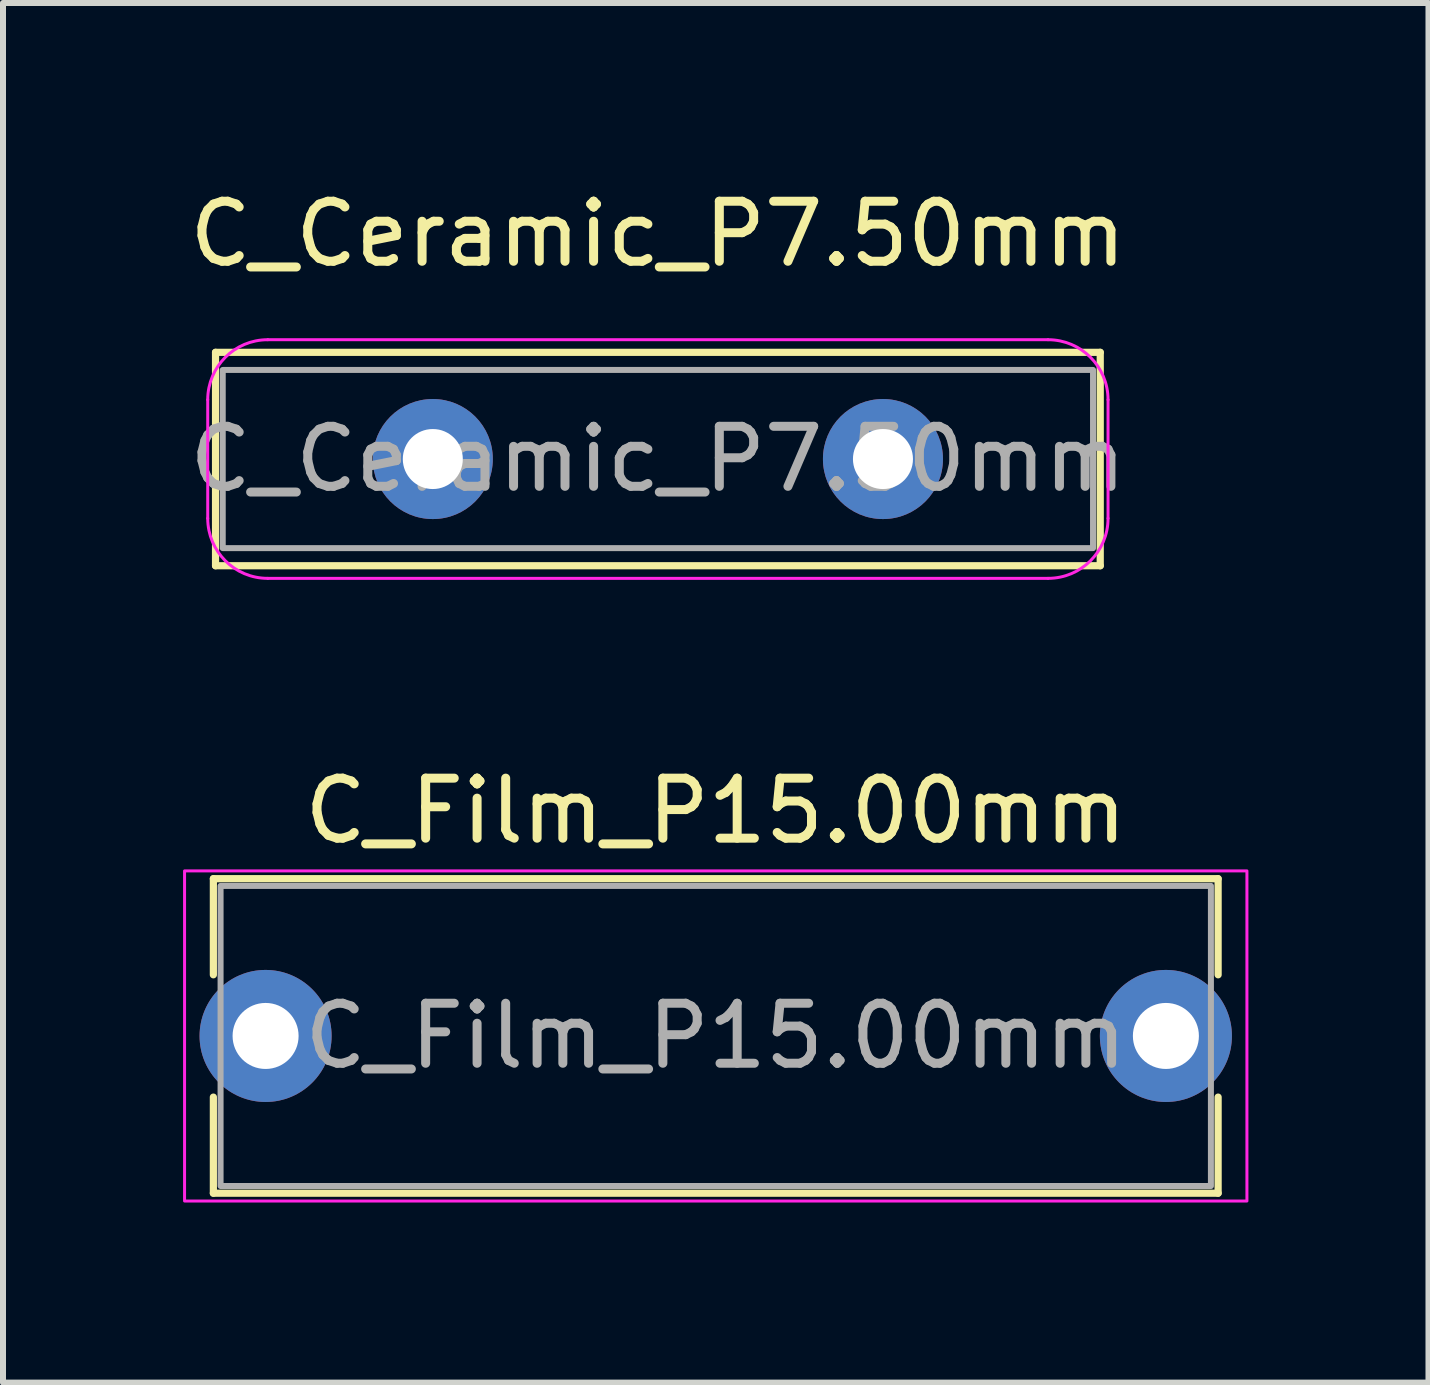
<source format=kicad_pcb>
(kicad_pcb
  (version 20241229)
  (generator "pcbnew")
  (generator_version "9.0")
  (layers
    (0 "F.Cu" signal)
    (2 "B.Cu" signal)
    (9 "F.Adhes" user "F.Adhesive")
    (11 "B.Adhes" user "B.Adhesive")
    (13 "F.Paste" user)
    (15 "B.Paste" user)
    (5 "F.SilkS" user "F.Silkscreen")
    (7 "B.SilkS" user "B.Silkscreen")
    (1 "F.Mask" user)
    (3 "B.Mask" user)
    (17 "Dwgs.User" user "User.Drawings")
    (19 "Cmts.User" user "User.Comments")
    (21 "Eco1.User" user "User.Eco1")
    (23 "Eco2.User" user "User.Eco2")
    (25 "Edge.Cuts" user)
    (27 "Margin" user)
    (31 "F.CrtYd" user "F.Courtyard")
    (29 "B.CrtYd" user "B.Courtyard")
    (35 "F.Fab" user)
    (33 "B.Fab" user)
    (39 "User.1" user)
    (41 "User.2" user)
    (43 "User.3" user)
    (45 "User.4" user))
  (footprint "C_Ceramic_P7.50mm"
    (layer "F.Cu")
    (at 4.161 4.598)
    (property "Reference" "C_Ceramic_P7.50mm" (at 3.75 -3.75 0) (layer "F.SilkS") (effects (font (size 1 1) (thickness 0.15))))
    (attr through_hole)
    (fp_line (start -3.62 -1.778) (end -3.62 1.778) (stroke (width 0.12) (type solid)) (layer "F.SilkS"))
    (fp_line (start -3.62 -1.778) (end 11.12 -1.778) (stroke (width 0.12) (type solid)) (layer "F.SilkS"))
    (fp_line (start -3.62 1.778) (end 11.12 1.778) (stroke (width 0.12) (type solid)) (layer "F.SilkS"))
    (fp_line (start 11.12 -1.778) (end 11.12 1.778) (stroke (width 0.12) (type solid)) (layer "F.SilkS"))
    (fp_line (start -3.75 0.988) (end -3.75 -0.988) (stroke (width 0.05) (type default)) (layer "F.CrtYd"))
    (fp_line (start -2.75 -1.988) (end 10.25 -1.988) (stroke (width 0.05) (type default)) (layer "F.CrtYd"))
    (fp_line (start 10.25 1.988) (end -2.75 1.988) (stroke (width 0.05) (type default)) (layer "F.CrtYd"))
    (fp_line (start 11.25 -0.988) (end 11.25 0.988) (stroke (width 0.05) (type default)) (layer "F.CrtYd"))
    (fp_arc (start -3.75 -0.988) (mid -3.457107 -1.695107) (end -2.75 -1.988) (stroke (width 0.05) (type default)) (layer "F.CrtYd"))
    (fp_arc (start -2.75 1.988) (mid -3.457107 1.695107) (end -3.75 0.988) (stroke (width 0.05) (type default)) (layer "F.CrtYd"))
    (fp_arc (start 10.25 -1.988) (mid 10.957107 -1.695107) (end 11.25 -0.988) (stroke (width 0.05) (type default)) (layer "F.CrtYd"))
    (fp_arc (start 11.25 0.988) (mid 10.957107 1.695107) (end 10.25 1.988) (stroke (width 0.05) (type default)) (layer "F.CrtYd"))
    (fp_rect (start -3.5 -1.484) (end 11 1.484) (stroke (width 0.1) (type solid)) (fill no) (layer "F.Fab"))
    (fp_text user "${REFERENCE}" (at 3.75 0 0) (layer "F.Fab") (effects (font (size 1 1) (thickness 0.15))))
    (pad "1" thru_hole circle (at 0 0) (size 2 2) (drill 1) (layers "*.Cu" "*.Mask"))
    (pad "2" thru_hole circle (at 7.5 0) (size 2 2) (drill 1) (layers "*.Cu" "*.Mask")))
  (footprint "C_Film_P15.00mm"
    (layer "F.Cu")
    (at 1.375 14.21)
    (property "Reference" "C_Film_P15.00mm" (at 7.5 -3.75 0) (layer "F.SilkS") (effects (font (size 1 1) (thickness 0.15))))
    (attr through_hole)
    (fp_line (start -0.87 -2.62) (end -0.87 -1.019) (stroke (width 0.12) (type solid)) (layer "F.SilkS"))
    (fp_line (start -0.87 -2.62) (end 15.87 -2.62) (stroke (width 0.12) (type solid)) (layer "F.SilkS"))
    (fp_line (start -0.87 1.019) (end -0.87 2.62) (stroke (width 0.12) (type solid)) (layer "F.SilkS"))
    (fp_line (start -0.87 2.62) (end 15.87 2.62) (stroke (width 0.12) (type solid)) (layer "F.SilkS"))
    (fp_line (start 15.87 -2.62) (end 15.87 -1.019) (stroke (width 0.12) (type solid)) (layer "F.SilkS"))
    (fp_line (start 15.87 1.019) (end 15.87 2.62) (stroke (width 0.12) (type solid)) (layer "F.SilkS"))
    (fp_rect (start -1.35 -2.75) (end 16.35 2.75) (stroke (width 0.05) (type solid)) (fill no) (layer "F.CrtYd"))
    (fp_rect (start -0.75 -2.5) (end 15.75 2.5) (stroke (width 0.1) (type solid)) (fill no) (layer "F.Fab"))
    (fp_text user "${REFERENCE}" (at 7.5 0 0) (layer "F.Fab") (effects (font (size 1 1) (thickness 0.15))))
    (pad "1" thru_hole circle (at 0 0) (size 2.2 2.2) (drill 1.1) (layers "*.Cu" "*.Mask"))
    (pad "2" thru_hole circle (at 15 0) (size 2.2 2.2) (drill 1.1) (layers "*.Cu" "*.Mask")))
  (gr_rect
    (start -3 -3)
    (end 20.75 19.985)
    (stroke (width 0.1) (type default))
    (fill no)
    (layer "Edge.Cuts")))
</source>
